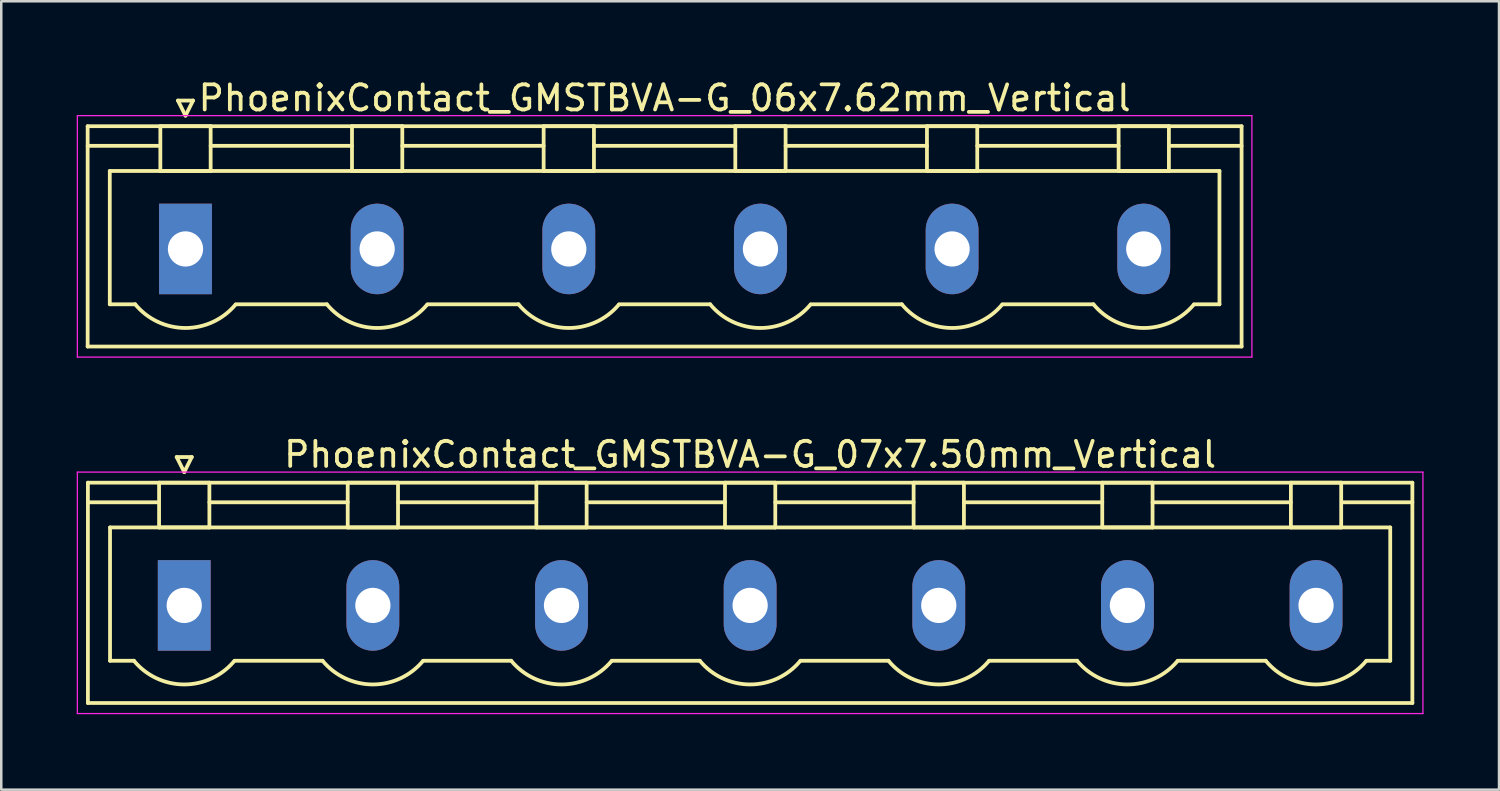
<source format=kicad_pcb>
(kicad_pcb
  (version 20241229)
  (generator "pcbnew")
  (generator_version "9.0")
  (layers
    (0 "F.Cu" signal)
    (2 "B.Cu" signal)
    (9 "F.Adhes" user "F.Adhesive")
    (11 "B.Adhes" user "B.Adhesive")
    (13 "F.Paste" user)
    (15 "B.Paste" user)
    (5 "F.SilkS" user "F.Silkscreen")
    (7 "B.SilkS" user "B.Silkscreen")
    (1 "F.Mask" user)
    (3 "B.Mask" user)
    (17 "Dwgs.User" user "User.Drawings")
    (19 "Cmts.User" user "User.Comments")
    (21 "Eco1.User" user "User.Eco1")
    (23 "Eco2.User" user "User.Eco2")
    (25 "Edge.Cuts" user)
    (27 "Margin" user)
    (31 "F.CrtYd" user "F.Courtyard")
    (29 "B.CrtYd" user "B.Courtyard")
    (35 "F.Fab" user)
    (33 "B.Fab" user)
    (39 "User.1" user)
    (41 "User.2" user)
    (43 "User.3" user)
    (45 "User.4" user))
  (footprint "PhoenixContact_GMSTBVA-G_06x7.62mm_Vertical"
    (layer "F.Cu")
    (at 4.325 6.848)
    (property "Reference" "PhoenixContact_GMSTBVA-G_06x7.62mm_Vertical" (at 19.05 -6 0) (layer "F.SilkS") (effects (font (size 1 1) (thickness 0.15))))
    (attr through_hole)
    (fp_line (start -3.89 -4.88) (end -3.89 3.88) (stroke (width 0.15) (type solid)) (layer "F.SilkS"))
    (fp_line (start -3.89 -4.1) (end -1.08 -4.1) (stroke (width 0.15) (type solid)) (layer "F.SilkS"))
    (fp_line (start -3.89 3.88) (end 41.99 3.88) (stroke (width 0.15) (type solid)) (layer "F.SilkS"))
    (fp_line (start -3.01 -3.1) (end 41.11 -3.1) (stroke (width 0.15) (type solid)) (layer "F.SilkS"))
    (fp_line (start -3.01 2.2) (end -3.01 -3.1) (stroke (width 0.15) (type solid)) (layer "F.SilkS"))
    (fp_line (start -2 2.2) (end -3.01 2.2) (stroke (width 0.15) (type solid)) (layer "F.SilkS"))
    (fp_line (start -1 -4.88) (end 1 -4.88) (stroke (width 0.15) (type solid)) (layer "F.SilkS"))
    (fp_line (start -1 -3.1) (end -1 -4.88) (stroke (width 0.15) (type solid)) (layer "F.SilkS"))
    (fp_line (start -0.3 -5.9) (end 0 -5.3) (stroke (width 0.15) (type solid)) (layer "F.SilkS"))
    (fp_line (start 0 -5.3) (end 0.3 -5.9) (stroke (width 0.15) (type solid)) (layer "F.SilkS"))
    (fp_line (start 0.3 -5.9) (end -0.3 -5.9) (stroke (width 0.15) (type solid)) (layer "F.SilkS"))
    (fp_line (start 1 -4.88) (end 1 -3.1) (stroke (width 0.15) (type solid)) (layer "F.SilkS"))
    (fp_line (start 1 -4.1) (end 6.62 -4.1) (stroke (width 0.15) (type solid)) (layer "F.SilkS"))
    (fp_line (start 1 -3.1) (end -1 -3.1) (stroke (width 0.15) (type solid)) (layer "F.SilkS"))
    (fp_line (start 2 2.2) (end 5.62 2.2) (stroke (width 0.15) (type solid)) (layer "F.SilkS"))
    (fp_line (start 6.62 -4.88) (end 8.62 -4.88) (stroke (width 0.15) (type solid)) (layer "F.SilkS"))
    (fp_line (start 6.62 -3.1) (end 6.62 -4.88) (stroke (width 0.15) (type solid)) (layer "F.SilkS"))
    (fp_line (start 8.62 -4.88) (end 8.62 -3.1) (stroke (width 0.15) (type solid)) (layer "F.SilkS"))
    (fp_line (start 8.62 -4.1) (end 14.24 -4.1) (stroke (width 0.15) (type solid)) (layer "F.SilkS"))
    (fp_line (start 8.62 -3.1) (end 6.62 -3.1) (stroke (width 0.15) (type solid)) (layer "F.SilkS"))
    (fp_line (start 9.62 2.2) (end 13.24 2.2) (stroke (width 0.15) (type solid)) (layer "F.SilkS"))
    (fp_line (start 14.24 -4.88) (end 16.24 -4.88) (stroke (width 0.15) (type solid)) (layer "F.SilkS"))
    (fp_line (start 14.24 -3.1) (end 14.24 -4.88) (stroke (width 0.15) (type solid)) (layer "F.SilkS"))
    (fp_line (start 16.24 -4.88) (end 16.24 -3.1) (stroke (width 0.15) (type solid)) (layer "F.SilkS"))
    (fp_line (start 16.24 -4.1) (end 21.86 -4.1) (stroke (width 0.15) (type solid)) (layer "F.SilkS"))
    (fp_line (start 16.24 -3.1) (end 14.24 -3.1) (stroke (width 0.15) (type solid)) (layer "F.SilkS"))
    (fp_line (start 17.24 2.2) (end 20.86 2.2) (stroke (width 0.15) (type solid)) (layer "F.SilkS"))
    (fp_line (start 21.86 -4.88) (end 23.86 -4.88) (stroke (width 0.15) (type solid)) (layer "F.SilkS"))
    (fp_line (start 21.86 -3.1) (end 21.86 -4.88) (stroke (width 0.15) (type solid)) (layer "F.SilkS"))
    (fp_line (start 23.86 -4.88) (end 23.86 -3.1) (stroke (width 0.15) (type solid)) (layer "F.SilkS"))
    (fp_line (start 23.86 -4.1) (end 29.48 -4.1) (stroke (width 0.15) (type solid)) (layer "F.SilkS"))
    (fp_line (start 23.86 -3.1) (end 21.86 -3.1) (stroke (width 0.15) (type solid)) (layer "F.SilkS"))
    (fp_line (start 24.86 2.2) (end 28.48 2.2) (stroke (width 0.15) (type solid)) (layer "F.SilkS"))
    (fp_line (start 29.48 -4.88) (end 31.48 -4.88) (stroke (width 0.15) (type solid)) (layer "F.SilkS"))
    (fp_line (start 29.48 -3.1) (end 29.48 -4.88) (stroke (width 0.15) (type solid)) (layer "F.SilkS"))
    (fp_line (start 31.48 -4.88) (end 31.48 -3.1) (stroke (width 0.15) (type solid)) (layer "F.SilkS"))
    (fp_line (start 31.48 -4.1) (end 37.1 -4.1) (stroke (width 0.15) (type solid)) (layer "F.SilkS"))
    (fp_line (start 31.48 -3.1) (end 29.48 -3.1) (stroke (width 0.15) (type solid)) (layer "F.SilkS"))
    (fp_line (start 32.48 2.2) (end 36.1 2.2) (stroke (width 0.15) (type solid)) (layer "F.SilkS"))
    (fp_line (start 37.1 -4.88) (end 39.1 -4.88) (stroke (width 0.15) (type solid)) (layer "F.SilkS"))
    (fp_line (start 37.1 -3.1) (end 37.1 -4.88) (stroke (width 0.15) (type solid)) (layer "F.SilkS"))
    (fp_line (start 39.1 -4.88) (end 39.1 -3.1) (stroke (width 0.15) (type solid)) (layer "F.SilkS"))
    (fp_line (start 39.1 -3.1) (end 37.1 -3.1) (stroke (width 0.15) (type solid)) (layer "F.SilkS"))
    (fp_line (start 41.11 -3.1) (end 41.11 2.2) (stroke (width 0.15) (type solid)) (layer "F.SilkS"))
    (fp_line (start 41.11 2.2) (end 40.1 2.2) (stroke (width 0.15) (type solid)) (layer "F.SilkS"))
    (fp_line (start 41.99 -4.88) (end -3.89 -4.88) (stroke (width 0.15) (type solid)) (layer "F.SilkS"))
    (fp_line (start 41.99 -4.1) (end 39.18 -4.1) (stroke (width 0.15) (type solid)) (layer "F.SilkS"))
    (fp_line (start 41.99 3.88) (end 41.99 -4.88) (stroke (width 0.15) (type solid)) (layer "F.SilkS"))
    (fp_arc (start 1.986842 2.215821) (mid -0.010289 3.142758) (end -2 2.2) (stroke (width 0.15) (type solid)) (layer "F.SilkS"))
    (fp_arc (start 9.606842 2.215821) (mid 7.609711 3.142758) (end 5.62 2.2) (stroke (width 0.15) (type solid)) (layer "F.SilkS"))
    (fp_arc (start 17.226842 2.215821) (mid 15.229711 3.142758) (end 13.24 2.2) (stroke (width 0.15) (type solid)) (layer "F.SilkS"))
    (fp_arc (start 24.846842 2.215821) (mid 22.849711 3.142758) (end 20.86 2.2) (stroke (width 0.15) (type solid)) (layer "F.SilkS"))
    (fp_arc (start 32.466842 2.215821) (mid 30.469711 3.142758) (end 28.48 2.2) (stroke (width 0.15) (type solid)) (layer "F.SilkS"))
    (fp_arc (start 40.086842 2.215821) (mid 38.089711 3.142758) (end 36.1 2.2) (stroke (width 0.15) (type solid)) (layer "F.SilkS"))
    (fp_line (start -4.3 -5.3) (end -4.3 4.3) (stroke (width 0.05) (type solid)) (layer "F.CrtYd"))
    (fp_line (start -4.3 4.3) (end 42.4 4.3) (stroke (width 0.05) (type solid)) (layer "F.CrtYd"))
    (fp_line (start 42.4 -5.3) (end -4.3 -5.3) (stroke (width 0.05) (type solid)) (layer "F.CrtYd"))
    (fp_line (start 42.4 4.3) (end 42.4 -5.3) (stroke (width 0.05) (type solid)) (layer "F.CrtYd"))
    (pad "1" thru_hole rect (at 0 0) (size 2.1 3.6) (drill 1.4) (layers "*.Cu" "*.Mask"))
    (pad "2" thru_hole oval (at 7.62 0) (size 2.1 3.6) (drill 1.4) (layers "*.Cu" "*.Mask"))
    (pad "3" thru_hole oval (at 15.24 0) (size 2.1 3.6) (drill 1.4) (layers "*.Cu" "*.Mask"))
    (pad "4" thru_hole oval (at 22.86 0) (size 2.1 3.6) (drill 1.4) (layers "*.Cu" "*.Mask"))
    (pad "5" thru_hole oval (at 30.48 0) (size 2.1 3.6) (drill 1.4) (layers "*.Cu" "*.Mask"))
    (pad "6" thru_hole oval (at 38.1 0) (size 2.1 3.6) (drill 1.4) (layers "*.Cu" "*.Mask")))
  (footprint "PhoenixContact_GMSTBVA-G_07x7.50mm_Vertical"
    (layer "F.Cu")
    (at 4.275 21.021)
    (property "Reference" "PhoenixContact_GMSTBVA-G_07x7.50mm_Vertical" (at 22.5 -6 0) (layer "F.SilkS") (effects (font (size 1 1) (thickness 0.15))))
    (attr through_hole)
    (fp_line (start -3.83 -4.88) (end -3.83 3.88) (stroke (width 0.15) (type solid)) (layer "F.SilkS"))
    (fp_line (start -3.83 -4.1) (end -1.08 -4.1) (stroke (width 0.15) (type solid)) (layer "F.SilkS"))
    (fp_line (start -3.83 3.88) (end 48.83 3.88) (stroke (width 0.15) (type solid)) (layer "F.SilkS"))
    (fp_line (start -2.95 -3.1) (end 47.95 -3.1) (stroke (width 0.15) (type solid)) (layer "F.SilkS"))
    (fp_line (start -2.95 2.2) (end -2.95 -3.1) (stroke (width 0.15) (type solid)) (layer "F.SilkS"))
    (fp_line (start -2 2.2) (end -2.95 2.2) (stroke (width 0.15) (type solid)) (layer "F.SilkS"))
    (fp_line (start -1 -4.88) (end 1 -4.88) (stroke (width 0.15) (type solid)) (layer "F.SilkS"))
    (fp_line (start -1 -3.1) (end -1 -4.88) (stroke (width 0.15) (type solid)) (layer "F.SilkS"))
    (fp_line (start -0.3 -5.9) (end 0 -5.3) (stroke (width 0.15) (type solid)) (layer "F.SilkS"))
    (fp_line (start 0 -5.3) (end 0.3 -5.9) (stroke (width 0.15) (type solid)) (layer "F.SilkS"))
    (fp_line (start 0.3 -5.9) (end -0.3 -5.9) (stroke (width 0.15) (type solid)) (layer "F.SilkS"))
    (fp_line (start 1 -4.88) (end 1 -3.1) (stroke (width 0.15) (type solid)) (layer "F.SilkS"))
    (fp_line (start 1 -4.1) (end 6.5 -4.1) (stroke (width 0.15) (type solid)) (layer "F.SilkS"))
    (fp_line (start 1 -3.1) (end -1 -3.1) (stroke (width 0.15) (type solid)) (layer "F.SilkS"))
    (fp_line (start 2 2.2) (end 5.5 2.2) (stroke (width 0.15) (type solid)) (layer "F.SilkS"))
    (fp_line (start 6.5 -4.88) (end 8.5 -4.88) (stroke (width 0.15) (type solid)) (layer "F.SilkS"))
    (fp_line (start 6.5 -3.1) (end 6.5 -4.88) (stroke (width 0.15) (type solid)) (layer "F.SilkS"))
    (fp_line (start 8.5 -4.88) (end 8.5 -3.1) (stroke (width 0.15) (type solid)) (layer "F.SilkS"))
    (fp_line (start 8.5 -4.1) (end 14 -4.1) (stroke (width 0.15) (type solid)) (layer "F.SilkS"))
    (fp_line (start 8.5 -3.1) (end 6.5 -3.1) (stroke (width 0.15) (type solid)) (layer "F.SilkS"))
    (fp_line (start 9.5 2.2) (end 13 2.2) (stroke (width 0.15) (type solid)) (layer "F.SilkS"))
    (fp_line (start 14 -4.88) (end 16 -4.88) (stroke (width 0.15) (type solid)) (layer "F.SilkS"))
    (fp_line (start 14 -3.1) (end 14 -4.88) (stroke (width 0.15) (type solid)) (layer "F.SilkS"))
    (fp_line (start 16 -4.88) (end 16 -3.1) (stroke (width 0.15) (type solid)) (layer "F.SilkS"))
    (fp_line (start 16 -4.1) (end 21.5 -4.1) (stroke (width 0.15) (type solid)) (layer "F.SilkS"))
    (fp_line (start 16 -3.1) (end 14 -3.1) (stroke (width 0.15) (type solid)) (layer "F.SilkS"))
    (fp_line (start 17 2.2) (end 20.5 2.2) (stroke (width 0.15) (type solid)) (layer "F.SilkS"))
    (fp_line (start 21.5 -4.88) (end 23.5 -4.88) (stroke (width 0.15) (type solid)) (layer "F.SilkS"))
    (fp_line (start 21.5 -3.1) (end 21.5 -4.88) (stroke (width 0.15) (type solid)) (layer "F.SilkS"))
    (fp_line (start 23.5 -4.88) (end 23.5 -3.1) (stroke (width 0.15) (type solid)) (layer "F.SilkS"))
    (fp_line (start 23.5 -4.1) (end 29 -4.1) (stroke (width 0.15) (type solid)) (layer "F.SilkS"))
    (fp_line (start 23.5 -3.1) (end 21.5 -3.1) (stroke (width 0.15) (type solid)) (layer "F.SilkS"))
    (fp_line (start 24.5 2.2) (end 28 2.2) (stroke (width 0.15) (type solid)) (layer "F.SilkS"))
    (fp_line (start 29 -4.88) (end 31 -4.88) (stroke (width 0.15) (type solid)) (layer "F.SilkS"))
    (fp_line (start 29 -3.1) (end 29 -4.88) (stroke (width 0.15) (type solid)) (layer "F.SilkS"))
    (fp_line (start 31 -4.88) (end 31 -3.1) (stroke (width 0.15) (type solid)) (layer "F.SilkS"))
    (fp_line (start 31 -4.1) (end 36.5 -4.1) (stroke (width 0.15) (type solid)) (layer "F.SilkS"))
    (fp_line (start 31 -3.1) (end 29 -3.1) (stroke (width 0.15) (type solid)) (layer "F.SilkS"))
    (fp_line (start 32 2.2) (end 35.5 2.2) (stroke (width 0.15) (type solid)) (layer "F.SilkS"))
    (fp_line (start 36.5 -4.88) (end 38.5 -4.88) (stroke (width 0.15) (type solid)) (layer "F.SilkS"))
    (fp_line (start 36.5 -3.1) (end 36.5 -4.88) (stroke (width 0.15) (type solid)) (layer "F.SilkS"))
    (fp_line (start 38.5 -4.88) (end 38.5 -3.1) (stroke (width 0.15) (type solid)) (layer "F.SilkS"))
    (fp_line (start 38.5 -4.1) (end 44 -4.1) (stroke (width 0.15) (type solid)) (layer "F.SilkS"))
    (fp_line (start 38.5 -3.1) (end 36.5 -3.1) (stroke (width 0.15) (type solid)) (layer "F.SilkS"))
    (fp_line (start 39.5 2.2) (end 43 2.2) (stroke (width 0.15) (type solid)) (layer "F.SilkS"))
    (fp_line (start 44 -4.88) (end 46 -4.88) (stroke (width 0.15) (type solid)) (layer "F.SilkS"))
    (fp_line (start 44 -3.1) (end 44 -4.88) (stroke (width 0.15) (type solid)) (layer "F.SilkS"))
    (fp_line (start 46 -4.88) (end 46 -3.1) (stroke (width 0.15) (type solid)) (layer "F.SilkS"))
    (fp_line (start 46 -3.1) (end 44 -3.1) (stroke (width 0.15) (type solid)) (layer "F.SilkS"))
    (fp_line (start 47.95 -3.1) (end 47.95 2.2) (stroke (width 0.15) (type solid)) (layer "F.SilkS"))
    (fp_line (start 47.95 2.2) (end 47 2.2) (stroke (width 0.15) (type solid)) (layer "F.SilkS"))
    (fp_line (start 48.83 -4.88) (end -3.83 -4.88) (stroke (width 0.15) (type solid)) (layer "F.SilkS"))
    (fp_line (start 48.83 -4.1) (end 46.08 -4.1) (stroke (width 0.15) (type solid)) (layer "F.SilkS"))
    (fp_line (start 48.83 3.88) (end 48.83 -4.88) (stroke (width 0.15) (type solid)) (layer "F.SilkS"))
    (fp_arc (start 1.986842 2.215821) (mid -0.010289 3.142758) (end -2 2.2) (stroke (width 0.15) (type solid)) (layer "F.SilkS"))
    (fp_arc (start 9.486842 2.215821) (mid 7.489711 3.142758) (end 5.5 2.2) (stroke (width 0.15) (type solid)) (layer "F.SilkS"))
    (fp_arc (start 16.986842 2.215821) (mid 14.989711 3.142758) (end 13 2.2) (stroke (width 0.15) (type solid)) (layer "F.SilkS"))
    (fp_arc (start 24.486842 2.215821) (mid 22.489711 3.142758) (end 20.5 2.2) (stroke (width 0.15) (type solid)) (layer "F.SilkS"))
    (fp_arc (start 31.986842 2.215821) (mid 29.989711 3.142758) (end 28 2.2) (stroke (width 0.15) (type solid)) (layer "F.SilkS"))
    (fp_arc (start 39.486842 2.215821) (mid 37.489711 3.142758) (end 35.5 2.2) (stroke (width 0.15) (type solid)) (layer "F.SilkS"))
    (fp_arc (start 46.986842 2.215821) (mid 44.989711 3.142758) (end 43 2.2) (stroke (width 0.15) (type solid)) (layer "F.SilkS"))
    (fp_line (start -4.25 -5.3) (end -4.25 4.3) (stroke (width 0.05) (type solid)) (layer "F.CrtYd"))
    (fp_line (start -4.25 4.3) (end 49.25 4.3) (stroke (width 0.05) (type solid)) (layer "F.CrtYd"))
    (fp_line (start 49.25 -5.3) (end -4.25 -5.3) (stroke (width 0.05) (type solid)) (layer "F.CrtYd"))
    (fp_line (start 49.25 4.3) (end 49.25 -5.3) (stroke (width 0.05) (type solid)) (layer "F.CrtYd"))
    (pad "1" thru_hole rect (at 0 0) (size 2.1 3.6) (drill 1.4) (layers "*.Cu" "*.Mask"))
    (pad "2" thru_hole oval (at 7.5 0) (size 2.1 3.6) (drill 1.4) (layers "*.Cu" "*.Mask"))
    (pad "3" thru_hole oval (at 15 0) (size 2.1 3.6) (drill 1.4) (layers "*.Cu" "*.Mask"))
    (pad "4" thru_hole oval (at 22.5 0) (size 2.1 3.6) (drill 1.4) (layers "*.Cu" "*.Mask"))
    (pad "5" thru_hole oval (at 30 0) (size 2.1 3.6) (drill 1.4) (layers "*.Cu" "*.Mask"))
    (pad "6" thru_hole oval (at 37.5 0) (size 2.1 3.6) (drill 1.4) (layers "*.Cu" "*.Mask"))
    (pad "7" thru_hole oval (at 45 0) (size 2.1 3.6) (drill 1.4) (layers "*.Cu" "*.Mask")))
  (gr_rect
    (start -3 -3)
    (end 56.55 28.346)
    (stroke (width 0.1) (type default))
    (fill no)
    (layer "Edge.Cuts")))
</source>
